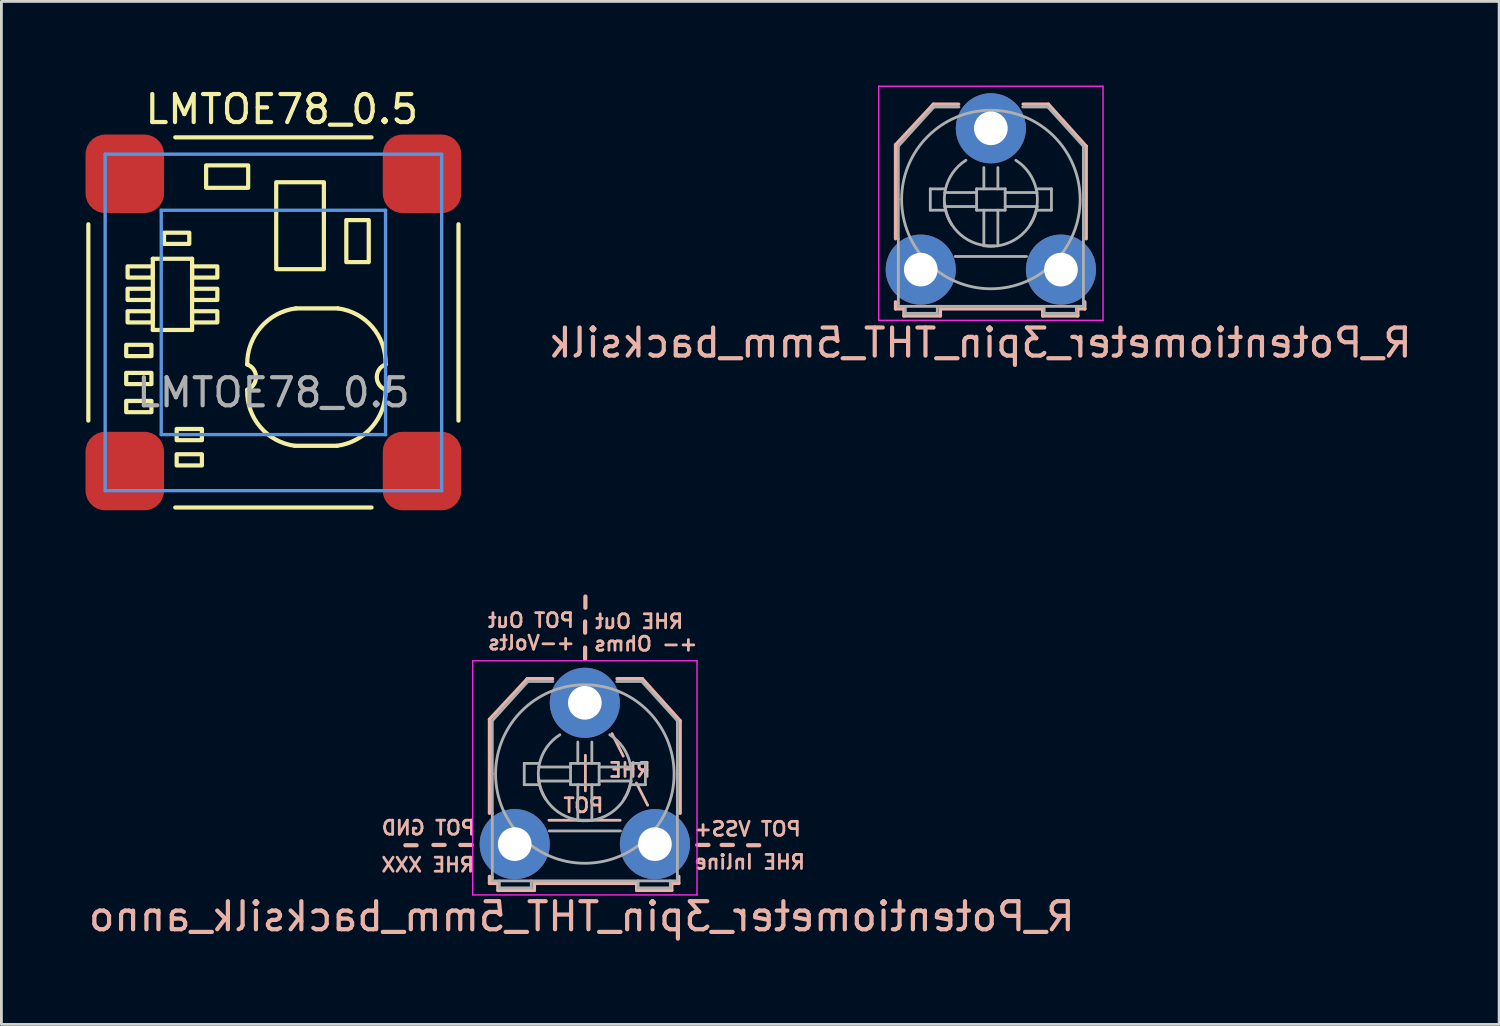
<source format=kicad_pcb>
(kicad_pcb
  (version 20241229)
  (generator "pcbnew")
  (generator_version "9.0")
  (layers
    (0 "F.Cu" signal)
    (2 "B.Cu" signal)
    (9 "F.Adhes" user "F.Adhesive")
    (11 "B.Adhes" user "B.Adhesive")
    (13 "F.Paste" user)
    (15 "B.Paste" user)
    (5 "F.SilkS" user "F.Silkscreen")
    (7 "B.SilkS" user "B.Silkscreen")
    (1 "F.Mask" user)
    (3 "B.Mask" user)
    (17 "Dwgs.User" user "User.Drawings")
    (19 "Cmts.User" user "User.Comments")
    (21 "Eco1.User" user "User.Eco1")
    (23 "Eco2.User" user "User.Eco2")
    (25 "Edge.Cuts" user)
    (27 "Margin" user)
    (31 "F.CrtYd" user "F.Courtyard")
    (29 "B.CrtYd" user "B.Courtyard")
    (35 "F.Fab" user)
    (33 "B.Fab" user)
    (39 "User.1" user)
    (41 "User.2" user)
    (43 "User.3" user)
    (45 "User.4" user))
  (footprint "LMTOE78_0.5"
    (layer "F.Cu")
    (at 6.7 8.448)
    (property "Reference" "LMTOE78_0.5" (at 0.3 -7.6 0) (unlocked yes) (layer "F.SilkS") (effects (font (size 1 1) (thickness 0.15))))
    (attr smd)
    (fp_line (start -6.6 -3.5) (end -6.6 3.5) (stroke (width 0.15) (type solid)) (layer "F.SilkS"))
    (fp_line (start -4.3 -2.27) (end -4.3 0.27) (stroke (width 0.15) (type solid)) (layer "F.SilkS"))
    (fp_line (start -4.3 -2.27) (end -2.9 -2.27) (stroke (width 0.15) (type solid)) (layer "F.SilkS"))
    (fp_line (start -4.3 0.27) (end -2.9 0.27) (stroke (width 0.15) (type solid)) (layer "F.SilkS"))
    (fp_line (start -3.5 -6.6) (end 3.5 -6.6) (stroke (width 0.15) (type solid)) (layer "F.SilkS"))
    (fp_line (start -3.5 6.6) (end 3.5 6.6) (stroke (width 0.15) (type solid)) (layer "F.SilkS"))
    (fp_line (start -2.9 -2.27) (end -2.9 0.27) (stroke (width 0.15) (type solid)) (layer "F.SilkS"))
    (fp_line (start 0.766 4.4) (end 2.266 4.4) (stroke (width 0.15) (type solid)) (layer "F.SilkS"))
    (fp_line (start 0.8 -0.5) (end 2.3 -0.5) (stroke (width 0.15) (type solid)) (layer "F.SilkS"))
    (fp_line (start 6.6 -3.5) (end 6.6 3.5) (stroke (width 0.15) (type solid)) (layer "F.SilkS"))
    (fp_rect (start -4.35 1.2) (end -5.25 0.8) (stroke (width 0.15) (type solid)) (fill no) (layer "F.SilkS"))
    (fp_rect (start -4.35 2.2) (end -5.25 1.8) (stroke (width 0.15) (type solid)) (fill no) (layer "F.SilkS"))
    (fp_rect (start -4.35 3.2) (end -5.25 2.8) (stroke (width 0.15) (type solid)) (fill no) (layer "F.SilkS"))
    (fp_rect (start -4.3 -1.6) (end -5.2 -2) (stroke (width 0.15) (type solid)) (fill no) (layer "F.SilkS"))
    (fp_rect (start -4.3 -0.8) (end -5.2 -1.2) (stroke (width 0.15) (type solid)) (fill no) (layer "F.SilkS"))
    (fp_rect (start -4.3 0) (end -5.2 -0.4) (stroke (width 0.15) (type solid)) (fill no) (layer "F.SilkS"))
    (fp_rect (start -3 -2.8) (end -3.9 -3.2) (stroke (width 0.15) (type solid)) (fill no) (layer "F.SilkS"))
    (fp_rect (start -2.55 4.2) (end -3.45 3.8) (stroke (width 0.15) (type solid)) (fill no) (layer "F.SilkS"))
    (fp_rect (start -2.55 5.1) (end -3.45 4.7) (stroke (width 0.15) (type solid)) (fill no) (layer "F.SilkS"))
    (fp_rect (start -2 -1.6) (end -2.9 -2) (stroke (width 0.15) (type solid)) (fill no) (layer "F.SilkS"))
    (fp_rect (start -2 -0.8) (end -2.9 -1.2) (stroke (width 0.15) (type solid)) (fill no) (layer "F.SilkS"))
    (fp_rect (start -2 0) (end -2.9 -0.4) (stroke (width 0.15) (type solid)) (fill no) (layer "F.SilkS"))
    (fp_rect (start -0.9 -4.8) (end -2.4 -5.6) (stroke (width 0.15) (type solid)) (fill no) (layer "F.SilkS"))
    (fp_rect (start 1.8 -1.9) (end 0.1 -5) (stroke (width 0.15) (type solid)) (fill no) (layer "F.SilkS"))
    (fp_rect (start 3.4 -3.65) (end 2.6 -2.15) (stroke (width 0.15) (type solid)) (fill no) (layer "F.SilkS"))
    (fp_arc (start -0.933578 1.5) (mid -0.620346 1.95) (end -0.933578 2.4) (stroke (width 0.15) (type solid)) (layer "F.SilkS"))
    (fp_arc (start -0.933578 1.5) (mid -0.447137 0.170318) (end 0.8 -0.5) (stroke (width 0.15) (type solid)) (layer "F.SilkS"))
    (fp_arc (start 0.766422 4.4) (mid -0.469587 3.728107) (end -0.933578 2.4) (stroke (width 0.15) (type solid)) (layer "F.SilkS"))
    (fp_arc (start 2.3 -0.5) (mid 3.536008 0.171893) (end 4 1.5) (stroke (width 0.15) (type solid)) (layer "F.SilkS"))
    (fp_arc (start 4 2.4) (mid 3.513558 3.72968) (end 2.266422 4.4) (stroke (width 0.15) (type solid)) (layer "F.SilkS"))
    (fp_arc (start 4 2.4) (mid 3.686768 1.95) (end 4 1.5) (stroke (width 0.15) (type solid)) (layer "F.SilkS"))
    (fp_line (start -6 -6) (end -6 6) (stroke (width 0.12) (type solid)) (layer "Cmts.User"))
    (fp_line (start -6 -6) (end 6 -6) (stroke (width 0.12) (type solid)) (layer "Cmts.User"))
    (fp_line (start -4 -4) (end -4 4) (stroke (width 0.12) (type solid)) (layer "Cmts.User"))
    (fp_line (start -4 -4) (end 4 -4) (stroke (width 0.12) (type solid)) (layer "Cmts.User"))
    (fp_line (start -4 4) (end 4 4) (stroke (width 0.12) (type solid)) (layer "Cmts.User"))
    (fp_line (start 4 -4) (end 4 4) (stroke (width 0.12) (type solid)) (layer "Cmts.User"))
    (fp_line (start 6 6) (end -6 6) (stroke (width 0.12) (type solid)) (layer "Cmts.User"))
    (fp_line (start 6 6) (end 6 -6) (stroke (width 0.12) (type solid)) (layer "Cmts.User"))
    (fp_text user "${REFERENCE}" (at 0 2.5 0) (unlocked yes) (layer "F.Fab") (effects (font (size 1 1) (thickness 0.15))))
    (pad "1" smd roundrect (at -5.3 -5.3) (size 2.8 2.8) (layers "F.Cu" "F.Mask" "F.Paste") (roundrect_rratio 0.25))
    (pad "2" smd roundrect (at -5.3 5.3) (size 2.8 2.8) (layers "F.Cu" "F.Mask" "F.Paste") (roundrect_rratio 0.25))
    (pad "3" smd roundrect (at 5.3 5.3) (size 2.8 2.8) (layers "F.Cu" "F.Mask" "F.Paste") (roundrect_rratio 0.25))
    (pad "4" smd roundrect (at 5.3 -5.3) (size 2.8 2.8) (layers "F.Cu" "F.Mask" "F.Paste") (roundrect_rratio 0.25)))
  (footprint "R_Potentiometer_3pin_THT_5mm_backsilk_anno"
    (layer "F.Cu")
    (at 15.306 27.053)
    (property "Reference" "R_Potentiometer_3pin_THT_5mm_backsilk_anno" (at 2.39 2.58 0) (layer "B.SilkS") (effects (font (size 1 1) (thickness 0.15)) (justify mirror)))
    (attr through_hole)
    (fp_line (start -3.9 0.04) (end -3.5 0.04) (stroke (width 0.15) (type solid)) (layer "B.SilkS"))
    (fp_line (start -2.9 0.03) (end -2.5 0.03) (stroke (width 0.15) (type solid)) (layer "B.SilkS"))
    (fp_line (start -1.94 0.03) (end -1.54 0.03) (stroke (width 0.15) (type solid)) (layer "B.SilkS"))
    (fp_line (start -0.9 -4.45) (end 0.45 -5.9) (stroke (width 0.12) (type solid)) (layer "B.SilkS"))
    (fp_line (start -0.9 -1.1) (end -0.9 -4.45) (stroke (width 0.12) (type solid)) (layer "B.SilkS"))
    (fp_line (start -0.9 1.4) (end -0.9 1.15) (stroke (width 0.12) (type solid)) (layer "B.SilkS"))
    (fp_line (start -0.6 1.4) (end -0.9 1.4) (stroke (width 0.12) (type solid)) (layer "B.SilkS"))
    (fp_line (start -0.6 1.65) (end -0.6 1.4) (stroke (width 0.12) (type solid)) (layer "B.SilkS"))
    (fp_line (start 0.45 -5.9) (end 1.35 -5.9) (stroke (width 0.12) (type solid)) (layer "B.SilkS"))
    (fp_line (start 0.7 1.4) (end 0.7 1.65) (stroke (width 0.12) (type solid)) (layer "B.SilkS"))
    (fp_line (start 0.7 1.65) (end -0.6 1.65) (stroke (width 0.12) (type solid)) (layer "B.SilkS"))
    (fp_line (start 1.22 -0.85) (end 3.76 -0.85) (stroke (width 0.1) (type solid)) (layer "B.SilkS"))
    (fp_line (start 2.51 -7.94) (end 2.51 -7.54) (stroke (width 0.15) (type solid)) (layer "B.SilkS"))
    (fp_line (start 2.51 -7.01) (end 2.51 -6.61) (stroke (width 0.15) (type solid)) (layer "B.SilkS"))
    (fp_line (start 2.52 -8.83) (end 2.52 -8.43) (stroke (width 0.15) (type solid)) (layer "B.SilkS"))
    (fp_line (start 2.52 -3.17) (end 2.52 -1.9) (stroke (width 0.1) (type solid)) (layer "B.SilkS"))
    (fp_line (start 3.47 -3.94) (end 3.87 -3.14) (stroke (width 0.1) (type solid)) (layer "B.SilkS"))
    (fp_line (start 3.65 -5.9) (end 4.55 -5.9) (stroke (width 0.12) (type solid)) (layer "B.SilkS"))
    (fp_line (start 4.34 -2.18) (end 4.74 -1.39) (stroke (width 0.1) (type solid)) (layer "B.SilkS"))
    (fp_line (start 4.35 1.4) (end 0.7 1.4) (stroke (width 0.12) (type solid)) (layer "B.SilkS"))
    (fp_line (start 4.35 1.65) (end 4.35 1.4) (stroke (width 0.12) (type solid)) (layer "B.SilkS"))
    (fp_line (start 4.55 -5.9) (end 5.9 -4.4) (stroke (width 0.12) (type solid)) (layer "B.SilkS"))
    (fp_line (start 5.6 1.4) (end 5.6 1.65) (stroke (width 0.12) (type solid)) (layer "B.SilkS"))
    (fp_line (start 5.6 1.65) (end 4.35 1.65) (stroke (width 0.12) (type solid)) (layer "B.SilkS"))
    (fp_line (start 5.85 1.15) (end 5.85 1.4) (stroke (width 0.12) (type solid)) (layer "B.SilkS"))
    (fp_line (start 5.85 1.4) (end 5.6 1.4) (stroke (width 0.12) (type solid)) (layer "B.SilkS"))
    (fp_line (start 5.9 -4.4) (end 5.9 -1.1) (stroke (width 0.12) (type solid)) (layer "B.SilkS"))
    (fp_line (start 6.51 0.03) (end 6.91 0.03) (stroke (width 0.15) (type solid)) (layer "B.SilkS"))
    (fp_line (start 7.38 0.03) (end 7.78 0.03) (stroke (width 0.15) (type solid)) (layer "B.SilkS"))
    (fp_line (start 8.32 0.04) (end 8.72 0.04) (stroke (width 0.15) (type solid)) (layer "B.SilkS"))
    (fp_line (start -1.5 -6.54) (end -1.5 1.81) (stroke (width 0.05) (type solid)) (layer "F.CrtYd"))
    (fp_line (start -1.5 -6.54) (end 6.5 -6.54) (stroke (width 0.05) (type solid)) (layer "F.CrtYd"))
    (fp_line (start 6.5 1.81) (end -1.5 1.81) (stroke (width 0.05) (type solid)) (layer "F.CrtYd"))
    (fp_line (start 6.5 1.81) (end 6.5 -6.54) (stroke (width 0.05) (type solid)) (layer "F.CrtYd"))
    (fp_line (start -0.8 -4.4) (end -0.8 -2.5) (stroke (width 0.1) (type solid)) (layer "F.Fab"))
    (fp_line (start -0.8 -2.5) (end -0.8 -1.1) (stroke (width 0.1) (type solid)) (layer "F.Fab"))
    (fp_line (start -0.8 -1.1) (end -0.8 1.2) (stroke (width 0.1) (type solid)) (layer "F.Fab"))
    (fp_line (start -0.8 1.31) (end -0.8 1.18) (stroke (width 0.1) (type solid)) (layer "F.Fab"))
    (fp_line (start -0.8 1.31) (end 5.8 1.31) (stroke (width 0.1) (type solid)) (layer "F.Fab"))
    (fp_line (start -0.55 1.31) (end -0.55 1.56) (stroke (width 0.1) (type solid)) (layer "F.Fab"))
    (fp_line (start -0.55 1.56) (end 0.59 1.56) (stroke (width 0.1) (type solid)) (layer "F.Fab"))
    (fp_line (start 0.34 -2.88) (end 0.34 -2.12) (stroke (width 0.1) (type solid)) (layer "F.Fab"))
    (fp_line (start 0.34 -2.12) (end 0.85 -2.12) (stroke (width 0.1) (type solid)) (layer "F.Fab"))
    (fp_line (start 0.47 -5.8) (end -0.8 -4.4) (stroke (width 0.1) (type solid)) (layer "F.Fab"))
    (fp_line (start 0.59 1.56) (end 0.59 1.31) (stroke (width 0.1) (type solid)) (layer "F.Fab"))
    (fp_line (start 0.85 -2.88) (end 0.34 -2.88) (stroke (width 0.1) (type solid)) (layer "F.Fab"))
    (fp_line (start 1.23 -0.47) (end 3.77 -0.47) (stroke (width 0.1) (type solid)) (layer "F.Fab"))
    (fp_line (start 1.36 -5.8) (end 0.47 -5.8) (stroke (width 0.1) (type solid)) (layer "F.Fab"))
    (fp_line (start 1.99 -2.88) (end 1.99 -2.12) (stroke (width 0.1) (type solid)) (layer "F.Fab"))
    (fp_line (start 1.99 -2.75) (end 0.85 -2.75) (stroke (width 0.1) (type solid)) (layer "F.Fab"))
    (fp_line (start 1.99 -2.25) (end 0.85 -2.25) (stroke (width 0.1) (type solid)) (layer "F.Fab"))
    (fp_line (start 1.99 -2.12) (end 3.01 -2.12) (stroke (width 0.1) (type solid)) (layer "F.Fab"))
    (fp_line (start 2.25 -2.88) (end 2.25 -3.64) (stroke (width 0.1) (type solid)) (layer "F.Fab"))
    (fp_line (start 2.25 -2.12) (end 2.25 -0.85) (stroke (width 0.1) (type solid)) (layer "F.Fab"))
    (fp_line (start 2.75 -2.88) (end 2.75 -3.64) (stroke (width 0.1) (type solid)) (layer "F.Fab"))
    (fp_line (start 2.75 -2.12) (end 2.75 -0.85) (stroke (width 0.1) (type solid)) (layer "F.Fab"))
    (fp_line (start 3.01 -2.88) (end 1.99 -2.88) (stroke (width 0.1) (type solid)) (layer "F.Fab"))
    (fp_line (start 3.01 -2.75) (end 4.15 -2.75) (stroke (width 0.1) (type solid)) (layer "F.Fab"))
    (fp_line (start 3.01 -2.25) (end 4.15 -2.25) (stroke (width 0.1) (type solid)) (layer "F.Fab"))
    (fp_line (start 3.01 -2.12) (end 3.01 -2.88) (stroke (width 0.1) (type solid)) (layer "F.Fab"))
    (fp_line (start 4.15 -2.88) (end 4.66 -2.88) (stroke (width 0.1) (type solid)) (layer "F.Fab"))
    (fp_line (start 4.4 1.56) (end 4.4 1.31) (stroke (width 0.1) (type solid)) (layer "F.Fab"))
    (fp_line (start 4.53 -5.8) (end 3.64 -5.8) (stroke (width 0.1) (type solid)) (layer "F.Fab"))
    (fp_line (start 4.53 -5.8) (end 5.8 -4.4) (stroke (width 0.1) (type solid)) (layer "F.Fab"))
    (fp_line (start 4.66 -2.88) (end 4.66 -2.12) (stroke (width 0.1) (type solid)) (layer "F.Fab"))
    (fp_line (start 4.66 -2.12) (end 4.15 -2.12) (stroke (width 0.1) (type solid)) (layer "F.Fab"))
    (fp_line (start 5.55 1.31) (end 5.55 1.56) (stroke (width 0.1) (type solid)) (layer "F.Fab"))
    (fp_line (start 5.55 1.56) (end 4.4 1.56) (stroke (width 0.1) (type solid)) (layer "F.Fab"))
    (fp_line (start 5.8 -4.4) (end 5.8 -2.5) (stroke (width 0.1) (type solid)) (layer "F.Fab"))
    (fp_line (start 5.8 -2.5) (end 5.8 -1.1) (stroke (width 0.1) (type solid)) (layer "F.Fab"))
    (fp_line (start 5.8 1.2) (end 5.8 -1.15) (stroke (width 0.1) (type solid)) (layer "F.Fab"))
    (fp_line (start 5.8 1.31) (end 5.8 1.18) (stroke (width 0.1) (type solid)) (layer "F.Fab"))
    (fp_arc (start 1.1 -1.61) (mid 0.880725 -2.860624) (end 1.61 -3.9) (stroke (width 0.1) (type solid)) (layer "F.Fab"))
    (fp_arc (start 2.63 -0.85) (mid 1.425198 -1.24135) (end 0.85 -2.37) (stroke (width 0.1) (type solid)) (layer "F.Fab"))
    (fp_arc (start 3.39 -3.9) (mid 4.119275 -2.860624) (end 3.9 -1.61) (stroke (width 0.1) (type solid)) (layer "F.Fab"))
    (fp_arc (start 4.15 -2.25) (mid 3.489949 -1.156497) (end 2.25 -0.85) (stroke (width 0.1) (type solid)) (layer "F.Fab"))
    (fp_circle (center 2.5 -2.5) (end 4.7 -0.2) (stroke (width 0.1) (type solid)) (fill no) (layer "F.Fab"))
    (fp_text user "POT GND" (at -3.08 -0.58 0) (layer "B.SilkS") (effects (font (size 0.5 0.5) (thickness 0.1)) (justify mirror)))
    (fp_text user "RHE XXX" (at -3.1 0.74 0) (layer "B.SilkS") (effects (font (size 0.5 0.5) (thickness 0.1)) (justify mirror)))
    (fp_text user "POT" (at 2.45 -1.38 0) (layer "B.SilkS") (effects (font (size 0.5 0.5) (thickness 0.1)) (justify mirror)))
    (fp_text user "RHE Out" (at 4.44 -7.94 0) (layer "B.SilkS") (effects (font (size 0.5 0.5) (thickness 0.1)) (justify mirror)))
    (fp_text user "+-Volts" (at 0.59 -7.18 0) (layer "B.SilkS") (effects (font (size 0.5 0.5) (thickness 0.1)) (justify mirror)))
    (fp_text user "RHE" (at 4.1 -2.64 0) (layer "B.SilkS") (effects (font (size 0.5 0.5) (thickness 0.1)) (justify mirror)))
    (fp_text user "+- Ohms" (at 4.67 -7.14 0) (layer "B.SilkS") (effects (font (size 0.5 0.5) (thickness 0.1)) (justify mirror)))
    (fp_text user "POT VSS+" (at 8.3 -0.54 0) (layer "B.SilkS") (effects (font (size 0.5 0.5) (thickness 0.1)) (justify mirror)))
    (fp_text user "RHE Inline" (at 8.38 0.64 0) (layer "B.SilkS") (effects (font (size 0.5 0.5) (thickness 0.1)) (justify mirror)))
    (fp_text user "POT Out" (at 0.58 -7.98 0) (layer "B.SilkS") (effects (font (size 0.5 0.5) (thickness 0.1)) (justify mirror)))
    (pad "1" thru_hole circle (at 0 0) (size 2.5 2.5) (drill 1.2) (layers "*.Cu" "*.Mask"))
    (pad "2" thru_hole circle (at 2.5 -5.04) (size 2.5 2.5) (drill 1.2) (layers "*.Cu" "*.Mask"))
    (pad "3" thru_hole circle (at 5 0) (size 2.5 2.5) (drill 1.2) (layers "*.Cu" "*.Mask")))
  (footprint "R_Potentiometer_3pin_THT_5mm_backsilk"
    (layer "F.Cu")
    (at 29.786 6.565)
    (property "Reference" "R_Potentiometer_3pin_THT_5mm_backsilk" (at 2.12 2.61 0) (layer "B.SilkS") (effects (font (size 1 1) (thickness 0.15)) (justify mirror)))
    (attr through_hole)
    (fp_line (start -0.9 -4.45) (end 0.45 -5.9) (stroke (width 0.12) (type solid)) (layer "B.SilkS"))
    (fp_line (start -0.9 -1.1) (end -0.9 -4.45) (stroke (width 0.12) (type solid)) (layer "B.SilkS"))
    (fp_line (start -0.9 1.4) (end -0.9 1.15) (stroke (width 0.12) (type solid)) (layer "B.SilkS"))
    (fp_line (start -0.6 1.4) (end -0.9 1.4) (stroke (width 0.12) (type solid)) (layer "B.SilkS"))
    (fp_line (start -0.6 1.65) (end -0.6 1.4) (stroke (width 0.12) (type solid)) (layer "B.SilkS"))
    (fp_line (start 0.45 -5.9) (end 1.35 -5.9) (stroke (width 0.12) (type solid)) (layer "B.SilkS"))
    (fp_line (start 0.7 1.4) (end 0.7 1.65) (stroke (width 0.12) (type solid)) (layer "B.SilkS"))
    (fp_line (start 0.7 1.65) (end -0.6 1.65) (stroke (width 0.12) (type solid)) (layer "B.SilkS"))
    (fp_line (start 3.65 -5.9) (end 4.55 -5.9) (stroke (width 0.12) (type solid)) (layer "B.SilkS"))
    (fp_line (start 4.35 1.4) (end 0.7 1.4) (stroke (width 0.12) (type solid)) (layer "B.SilkS"))
    (fp_line (start 4.35 1.65) (end 4.35 1.4) (stroke (width 0.12) (type solid)) (layer "B.SilkS"))
    (fp_line (start 4.55 -5.9) (end 5.9 -4.4) (stroke (width 0.12) (type solid)) (layer "B.SilkS"))
    (fp_line (start 5.6 1.4) (end 5.6 1.65) (stroke (width 0.12) (type solid)) (layer "B.SilkS"))
    (fp_line (start 5.6 1.65) (end 4.35 1.65) (stroke (width 0.12) (type solid)) (layer "B.SilkS"))
    (fp_line (start 5.85 1.15) (end 5.85 1.4) (stroke (width 0.12) (type solid)) (layer "B.SilkS"))
    (fp_line (start 5.85 1.4) (end 5.6 1.4) (stroke (width 0.12) (type solid)) (layer "B.SilkS"))
    (fp_line (start 5.9 -4.4) (end 5.9 -1.1) (stroke (width 0.12) (type solid)) (layer "B.SilkS"))
    (fp_line (start -1.5 -6.54) (end -1.5 1.81) (stroke (width 0.05) (type solid)) (layer "F.CrtYd"))
    (fp_line (start -1.5 -6.54) (end 6.5 -6.54) (stroke (width 0.05) (type solid)) (layer "F.CrtYd"))
    (fp_line (start 6.5 1.81) (end -1.5 1.81) (stroke (width 0.05) (type solid)) (layer "F.CrtYd"))
    (fp_line (start 6.5 1.81) (end 6.5 -6.54) (stroke (width 0.05) (type solid)) (layer "F.CrtYd"))
    (fp_line (start -0.8 -4.4) (end -0.8 -2.5) (stroke (width 0.1) (type solid)) (layer "F.Fab"))
    (fp_line (start -0.8 -2.5) (end -0.8 -1.1) (stroke (width 0.1) (type solid)) (layer "F.Fab"))
    (fp_line (start -0.8 -1.1) (end -0.8 1.2) (stroke (width 0.1) (type solid)) (layer "F.Fab"))
    (fp_line (start -0.8 1.31) (end -0.8 1.18) (stroke (width 0.1) (type solid)) (layer "F.Fab"))
    (fp_line (start -0.8 1.31) (end 5.8 1.31) (stroke (width 0.1) (type solid)) (layer "F.Fab"))
    (fp_line (start -0.55 1.31) (end -0.55 1.56) (stroke (width 0.1) (type solid)) (layer "F.Fab"))
    (fp_line (start -0.55 1.56) (end 0.59 1.56) (stroke (width 0.1) (type solid)) (layer "F.Fab"))
    (fp_line (start 0.34 -2.88) (end 0.34 -2.12) (stroke (width 0.1) (type solid)) (layer "F.Fab"))
    (fp_line (start 0.34 -2.12) (end 0.85 -2.12) (stroke (width 0.1) (type solid)) (layer "F.Fab"))
    (fp_line (start 0.47 -5.8) (end -0.8 -4.4) (stroke (width 0.1) (type solid)) (layer "F.Fab"))
    (fp_line (start 0.59 1.56) (end 0.59 1.31) (stroke (width 0.1) (type solid)) (layer "F.Fab"))
    (fp_line (start 0.85 -2.88) (end 0.34 -2.88) (stroke (width 0.1) (type solid)) (layer "F.Fab"))
    (fp_line (start 1.23 -0.47) (end 3.77 -0.47) (stroke (width 0.1) (type solid)) (layer "F.Fab"))
    (fp_line (start 1.36 -5.8) (end 0.47 -5.8) (stroke (width 0.1) (type solid)) (layer "F.Fab"))
    (fp_line (start 1.99 -2.88) (end 1.99 -2.12) (stroke (width 0.1) (type solid)) (layer "F.Fab"))
    (fp_line (start 1.99 -2.75) (end 0.85 -2.75) (stroke (width 0.1) (type solid)) (layer "F.Fab"))
    (fp_line (start 1.99 -2.25) (end 0.85 -2.25) (stroke (width 0.1) (type solid)) (layer "F.Fab"))
    (fp_line (start 1.99 -2.12) (end 3.01 -2.12) (stroke (width 0.1) (type solid)) (layer "F.Fab"))
    (fp_line (start 2.25 -2.88) (end 2.25 -3.64) (stroke (width 0.1) (type solid)) (layer "F.Fab"))
    (fp_line (start 2.25 -2.12) (end 2.25 -0.85) (stroke (width 0.1) (type solid)) (layer "F.Fab"))
    (fp_line (start 2.75 -2.88) (end 2.75 -3.64) (stroke (width 0.1) (type solid)) (layer "F.Fab"))
    (fp_line (start 2.75 -2.12) (end 2.75 -0.85) (stroke (width 0.1) (type solid)) (layer "F.Fab"))
    (fp_line (start 3.01 -2.88) (end 1.99 -2.88) (stroke (width 0.1) (type solid)) (layer "F.Fab"))
    (fp_line (start 3.01 -2.75) (end 4.15 -2.75) (stroke (width 0.1) (type solid)) (layer "F.Fab"))
    (fp_line (start 3.01 -2.25) (end 4.15 -2.25) (stroke (width 0.1) (type solid)) (layer "F.Fab"))
    (fp_line (start 3.01 -2.12) (end 3.01 -2.88) (stroke (width 0.1) (type solid)) (layer "F.Fab"))
    (fp_line (start 4.15 -2.88) (end 4.66 -2.88) (stroke (width 0.1) (type solid)) (layer "F.Fab"))
    (fp_line (start 4.4 1.56) (end 4.4 1.31) (stroke (width 0.1) (type solid)) (layer "F.Fab"))
    (fp_line (start 4.53 -5.8) (end 3.64 -5.8) (stroke (width 0.1) (type solid)) (layer "F.Fab"))
    (fp_line (start 4.53 -5.8) (end 5.8 -4.4) (stroke (width 0.1) (type solid)) (layer "F.Fab"))
    (fp_line (start 4.66 -2.88) (end 4.66 -2.12) (stroke (width 0.1) (type solid)) (layer "F.Fab"))
    (fp_line (start 4.66 -2.12) (end 4.15 -2.12) (stroke (width 0.1) (type solid)) (layer "F.Fab"))
    (fp_line (start 5.55 1.31) (end 5.55 1.56) (stroke (width 0.1) (type solid)) (layer "F.Fab"))
    (fp_line (start 5.55 1.56) (end 4.4 1.56) (stroke (width 0.1) (type solid)) (layer "F.Fab"))
    (fp_line (start 5.8 -4.4) (end 5.8 -2.5) (stroke (width 0.1) (type solid)) (layer "F.Fab"))
    (fp_line (start 5.8 -2.5) (end 5.8 -1.1) (stroke (width 0.1) (type solid)) (layer "F.Fab"))
    (fp_line (start 5.8 1.2) (end 5.8 -1.15) (stroke (width 0.1) (type solid)) (layer "F.Fab"))
    (fp_line (start 5.8 1.31) (end 5.8 1.18) (stroke (width 0.1) (type solid)) (layer "F.Fab"))
    (fp_arc (start 1.1 -1.61) (mid 0.880725 -2.860624) (end 1.61 -3.9) (stroke (width 0.1) (type solid)) (layer "F.Fab"))
    (fp_arc (start 2.63 -0.85) (mid 1.425198 -1.24135) (end 0.85 -2.37) (stroke (width 0.1) (type solid)) (layer "F.Fab"))
    (fp_arc (start 3.39 -3.9) (mid 4.119275 -2.860624) (end 3.9 -1.61) (stroke (width 0.1) (type solid)) (layer "F.Fab"))
    (fp_arc (start 4.15 -2.25) (mid 3.489949 -1.156497) (end 2.25 -0.85) (stroke (width 0.1) (type solid)) (layer "F.Fab"))
    (fp_circle (center 2.5 -2.5) (end 4.7 -0.2) (stroke (width 0.1) (type solid)) (fill no) (layer "F.Fab"))
    (pad "1" thru_hole circle (at 0 0) (size 2.5 2.5) (drill 1.2) (layers "*.Cu" "*.Mask"))
    (pad "2" thru_hole circle (at 2.5 -5.04) (size 2.5 2.5) (drill 1.2) (layers "*.Cu" "*.Mask"))
    (pad "3" thru_hole circle (at 5 0) (size 2.5 2.5) (drill 1.2) (layers "*.Cu" "*.Mask")))
  (gr_rect
    (start -3 -3)
    (end 50.412 33.481)
    (stroke (width 0.1) (type default))
    (fill no)
    (layer "Edge.Cuts")))
</source>
